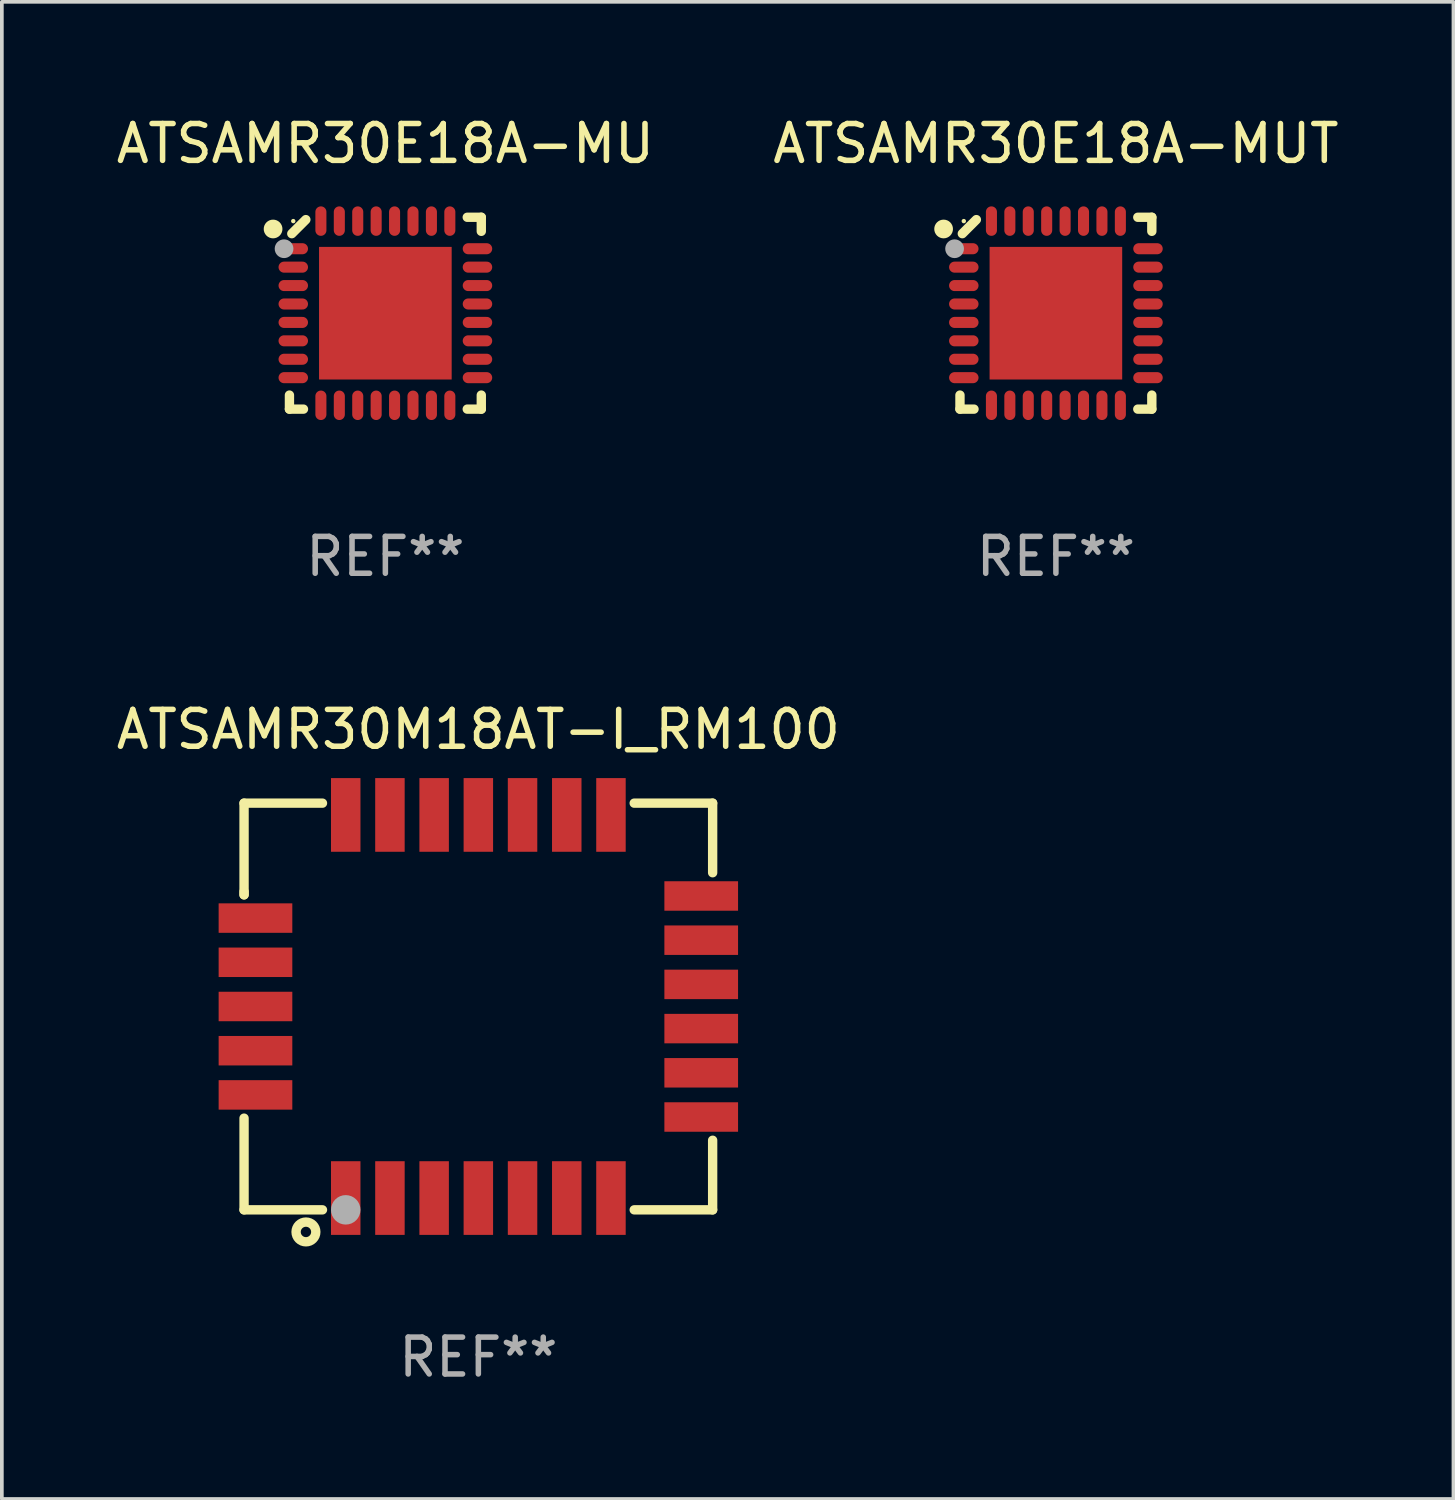
<source format=kicad_pcb>
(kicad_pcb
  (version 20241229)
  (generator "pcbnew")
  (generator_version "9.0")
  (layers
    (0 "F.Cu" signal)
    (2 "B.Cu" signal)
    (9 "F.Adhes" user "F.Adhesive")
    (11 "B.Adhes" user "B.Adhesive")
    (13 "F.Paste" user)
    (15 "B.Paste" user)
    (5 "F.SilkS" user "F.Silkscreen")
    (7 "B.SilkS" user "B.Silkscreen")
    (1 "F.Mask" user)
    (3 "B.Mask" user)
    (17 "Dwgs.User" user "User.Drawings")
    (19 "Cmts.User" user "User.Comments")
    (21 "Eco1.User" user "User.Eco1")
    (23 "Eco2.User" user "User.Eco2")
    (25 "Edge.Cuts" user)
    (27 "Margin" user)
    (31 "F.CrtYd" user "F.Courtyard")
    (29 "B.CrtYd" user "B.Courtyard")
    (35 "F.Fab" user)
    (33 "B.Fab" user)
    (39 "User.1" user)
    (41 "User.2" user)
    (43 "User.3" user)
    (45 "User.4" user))
  (footprint "ATSAMR30E18A-MU"
    (layer "F.Cu")
    (at 7.411 5.452)
    (property "Reference" "ATSAMR30E18A-MU" (at 0 -4.604 0) (layer "F.SilkS") (effects (font (size 1 1) (thickness 0.15))))
    (attr through_hole)
    (fp_line (start -2.604 2.223) (end -2.604 2.604) (stroke (width 0.254) (type solid)) (layer "F.SilkS"))
    (fp_line (start -2.604 2.604) (end -2.223 2.604) (stroke (width 0.254) (type solid)) (layer "F.SilkS"))
    (fp_line (start -2.159 -2.54) (end -2.54 -2.159) (stroke (width 0.254) (type solid)) (layer "F.SilkS"))
    (fp_line (start 2.223 2.604) (end 2.604 2.604) (stroke (width 0.254) (type solid)) (layer "F.SilkS"))
    (fp_line (start 2.604 -2.604) (end 2.223 -2.604) (stroke (width 0.254) (type solid)) (layer "F.SilkS"))
    (fp_line (start 2.604 -2.223) (end 2.604 -2.604) (stroke (width 0.254) (type solid)) (layer "F.SilkS"))
    (fp_line (start 2.604 2.604) (end 2.604 2.223) (stroke (width 0.254) (type solid)) (layer "F.SilkS"))
    (fp_circle (center -3.048 -2.286) (end -2.921 -2.286) (stroke (width 0.254) (type solid)) (fill no) (layer "F.SilkS"))
    (fp_circle (center -2.5 -2.5) (end -2.47 -2.5) (stroke (width 0.06) (type solid)) (fill no) (layer "F.SilkS"))
    (fp_circle (center -2.75 -1.75) (end -2.623 -1.75) (stroke (width 0.254) (type solid)) (fill no) (layer "F.Fab"))
    (fp_text user "REF**" (at 0 6.604 0) (layer "F.Fab") (effects (font (size 1 1) (thickness 0.15))))
    (pad "1" smd oval (at -2.5 -1.75) (size 0.8 0.3) (layers "F.Cu" "F.Mask" "F.Paste"))
    (pad "2" smd oval (at -2.5 -1.25) (size 0.8 0.3) (layers "F.Cu" "F.Mask" "F.Paste"))
    (pad "3" smd oval (at -2.5 -0.75) (size 0.8 0.3) (layers "F.Cu" "F.Mask" "F.Paste"))
    (pad "4" smd oval (at -2.5 -0.25) (size 0.8 0.3) (layers "F.Cu" "F.Mask" "F.Paste"))
    (pad "5" smd oval (at -2.5 0.25) (size 0.8 0.3) (layers "F.Cu" "F.Mask" "F.Paste"))
    (pad "6" smd oval (at -2.5 0.75) (size 0.8 0.3) (layers "F.Cu" "F.Mask" "F.Paste"))
    (pad "7" smd oval (at -2.5 1.25) (size 0.8 0.3) (layers "F.Cu" "F.Mask" "F.Paste"))
    (pad "8" smd oval (at -2.5 1.75) (size 0.8 0.3) (layers "F.Cu" "F.Mask" "F.Paste"))
    (pad "9" smd oval (at -1.75 2.5) (size 0.3 0.8) (layers "F.Cu" "F.Mask" "F.Paste"))
    (pad "10" smd oval (at -1.25 2.5) (size 0.3 0.8) (layers "F.Cu" "F.Mask" "F.Paste"))
    (pad "11" smd oval (at -0.75 2.5) (size 0.3 0.8) (layers "F.Cu" "F.Mask" "F.Paste"))
    (pad "12" smd oval (at -0.25 2.5) (size 0.3 0.8) (layers "F.Cu" "F.Mask" "F.Paste"))
    (pad "13" smd oval (at 0.25 2.5) (size 0.3 0.8) (layers "F.Cu" "F.Mask" "F.Paste"))
    (pad "14" smd oval (at 0.75 2.5) (size 0.3 0.8) (layers "F.Cu" "F.Mask" "F.Paste"))
    (pad "15" smd oval (at 1.25 2.5) (size 0.3 0.8) (layers "F.Cu" "F.Mask" "F.Paste"))
    (pad "16" smd oval (at 1.75 2.5) (size 0.3 0.8) (layers "F.Cu" "F.Mask" "F.Paste"))
    (pad "17" smd oval (at 2.5 1.75) (size 0.8 0.3) (layers "F.Cu" "F.Mask" "F.Paste"))
    (pad "18" smd oval (at 2.5 1.25) (size 0.8 0.3) (layers "F.Cu" "F.Mask" "F.Paste"))
    (pad "19" smd oval (at 2.5 0.75) (size 0.8 0.3) (layers "F.Cu" "F.Mask" "F.Paste"))
    (pad "20" smd oval (at 2.5 0.25) (size 0.8 0.3) (layers "F.Cu" "F.Mask" "F.Paste"))
    (pad "21" smd oval (at 2.5 -0.25) (size 0.8 0.3) (layers "F.Cu" "F.Mask" "F.Paste"))
    (pad "22" smd oval (at 2.5 -0.75) (size 0.8 0.3) (layers "F.Cu" "F.Mask" "F.Paste"))
    (pad "23" smd oval (at 2.5 -1.25) (size 0.8 0.3) (layers "F.Cu" "F.Mask" "F.Paste"))
    (pad "24" smd oval (at 2.5 -1.75) (size 0.8 0.3) (layers "F.Cu" "F.Mask" "F.Paste"))
    (pad "25" smd oval (at 1.75 -2.5) (size 0.3 0.8) (layers "F.Cu" "F.Mask" "F.Paste"))
    (pad "26" smd oval (at 1.25 -2.5) (size 0.3 0.8) (layers "F.Cu" "F.Mask" "F.Paste"))
    (pad "27" smd oval (at 0.75 -2.5) (size 0.3 0.8) (layers "F.Cu" "F.Mask" "F.Paste"))
    (pad "28" smd oval (at 0.25 -2.5) (size 0.3 0.8) (layers "F.Cu" "F.Mask" "F.Paste"))
    (pad "29" smd oval (at -0.25 -2.5) (size 0.3 0.8) (layers "F.Cu" "F.Mask" "F.Paste"))
    (pad "30" smd oval (at -0.75 -2.5) (size 0.3 0.8) (layers "F.Cu" "F.Mask" "F.Paste"))
    (pad "31" smd oval (at -1.25 -2.5) (size 0.3 0.8) (layers "F.Cu" "F.Mask" "F.Paste"))
    (pad "32" smd oval (at -1.75 -2.5) (size 0.3 0.8) (layers "F.Cu" "F.Mask" "F.Paste"))
    (pad "33" smd rect (at -0.000076 0) (size 3.6 3.6) (layers "F.Cu" "F.Mask" "F.Paste")))
  (footprint "ATSAMR30E18A-MUT"
    (layer "F.Cu")
    (at 25.613 5.452)
    (property "Reference" "ATSAMR30E18A-MUT" (at 0 -4.604 0) (layer "F.SilkS") (effects (font (size 1 1) (thickness 0.15))))
    (attr through_hole)
    (fp_line (start -2.604 2.223) (end -2.604 2.604) (stroke (width 0.254) (type solid)) (layer "F.SilkS"))
    (fp_line (start -2.604 2.604) (end -2.223 2.604) (stroke (width 0.254) (type solid)) (layer "F.SilkS"))
    (fp_line (start -2.159 -2.54) (end -2.54 -2.159) (stroke (width 0.254) (type solid)) (layer "F.SilkS"))
    (fp_line (start 2.223 2.604) (end 2.604 2.604) (stroke (width 0.254) (type solid)) (layer "F.SilkS"))
    (fp_line (start 2.604 -2.604) (end 2.223 -2.604) (stroke (width 0.254) (type solid)) (layer "F.SilkS"))
    (fp_line (start 2.604 -2.223) (end 2.604 -2.604) (stroke (width 0.254) (type solid)) (layer "F.SilkS"))
    (fp_line (start 2.604 2.604) (end 2.604 2.223) (stroke (width 0.254) (type solid)) (layer "F.SilkS"))
    (fp_circle (center -3.048 -2.286) (end -2.921 -2.286) (stroke (width 0.254) (type solid)) (fill no) (layer "F.SilkS"))
    (fp_circle (center -2.5 -2.5) (end -2.47 -2.5) (stroke (width 0.06) (type solid)) (fill no) (layer "F.SilkS"))
    (fp_circle (center -2.75 -1.75) (end -2.623 -1.75) (stroke (width 0.254) (type solid)) (fill no) (layer "F.Fab"))
    (fp_text user "REF**" (at 0 6.604 0) (layer "F.Fab") (effects (font (size 1 1) (thickness 0.15))))
    (pad "1" smd oval (at -2.5 -1.75) (size 0.8 0.3) (layers "F.Cu" "F.Mask" "F.Paste"))
    (pad "2" smd oval (at -2.5 -1.25) (size 0.8 0.3) (layers "F.Cu" "F.Mask" "F.Paste"))
    (pad "3" smd oval (at -2.5 -0.75) (size 0.8 0.3) (layers "F.Cu" "F.Mask" "F.Paste"))
    (pad "4" smd oval (at -2.5 -0.25) (size 0.8 0.3) (layers "F.Cu" "F.Mask" "F.Paste"))
    (pad "5" smd oval (at -2.5 0.25) (size 0.8 0.3) (layers "F.Cu" "F.Mask" "F.Paste"))
    (pad "6" smd oval (at -2.5 0.75) (size 0.8 0.3) (layers "F.Cu" "F.Mask" "F.Paste"))
    (pad "7" smd oval (at -2.5 1.25) (size 0.8 0.3) (layers "F.Cu" "F.Mask" "F.Paste"))
    (pad "8" smd oval (at -2.5 1.75) (size 0.8 0.3) (layers "F.Cu" "F.Mask" "F.Paste"))
    (pad "9" smd oval (at -1.75 2.5) (size 0.3 0.8) (layers "F.Cu" "F.Mask" "F.Paste"))
    (pad "10" smd oval (at -1.25 2.5) (size 0.3 0.8) (layers "F.Cu" "F.Mask" "F.Paste"))
    (pad "11" smd oval (at -0.75 2.5) (size 0.3 0.8) (layers "F.Cu" "F.Mask" "F.Paste"))
    (pad "12" smd oval (at -0.25 2.5) (size 0.3 0.8) (layers "F.Cu" "F.Mask" "F.Paste"))
    (pad "13" smd oval (at 0.25 2.5) (size 0.3 0.8) (layers "F.Cu" "F.Mask" "F.Paste"))
    (pad "14" smd oval (at 0.75 2.5) (size 0.3 0.8) (layers "F.Cu" "F.Mask" "F.Paste"))
    (pad "15" smd oval (at 1.25 2.5) (size 0.3 0.8) (layers "F.Cu" "F.Mask" "F.Paste"))
    (pad "16" smd oval (at 1.75 2.5) (size 0.3 0.8) (layers "F.Cu" "F.Mask" "F.Paste"))
    (pad "17" smd oval (at 2.5 1.75) (size 0.8 0.3) (layers "F.Cu" "F.Mask" "F.Paste"))
    (pad "18" smd oval (at 2.5 1.25) (size 0.8 0.3) (layers "F.Cu" "F.Mask" "F.Paste"))
    (pad "19" smd oval (at 2.5 0.75) (size 0.8 0.3) (layers "F.Cu" "F.Mask" "F.Paste"))
    (pad "20" smd oval (at 2.5 0.25) (size 0.8 0.3) (layers "F.Cu" "F.Mask" "F.Paste"))
    (pad "21" smd oval (at 2.5 -0.25) (size 0.8 0.3) (layers "F.Cu" "F.Mask" "F.Paste"))
    (pad "22" smd oval (at 2.5 -0.75) (size 0.8 0.3) (layers "F.Cu" "F.Mask" "F.Paste"))
    (pad "23" smd oval (at 2.5 -1.25) (size 0.8 0.3) (layers "F.Cu" "F.Mask" "F.Paste"))
    (pad "24" smd oval (at 2.5 -1.75) (size 0.8 0.3) (layers "F.Cu" "F.Mask" "F.Paste"))
    (pad "25" smd oval (at 1.75 -2.5) (size 0.3 0.8) (layers "F.Cu" "F.Mask" "F.Paste"))
    (pad "26" smd oval (at 1.25 -2.5) (size 0.3 0.8) (layers "F.Cu" "F.Mask" "F.Paste"))
    (pad "27" smd oval (at 0.75 -2.5) (size 0.3 0.8) (layers "F.Cu" "F.Mask" "F.Paste"))
    (pad "28" smd oval (at 0.25 -2.5) (size 0.3 0.8) (layers "F.Cu" "F.Mask" "F.Paste"))
    (pad "29" smd oval (at -0.25 -2.5) (size 0.3 0.8) (layers "F.Cu" "F.Mask" "F.Paste"))
    (pad "30" smd oval (at -0.75 -2.5) (size 0.3 0.8) (layers "F.Cu" "F.Mask" "F.Paste"))
    (pad "31" smd oval (at -1.25 -2.5) (size 0.3 0.8) (layers "F.Cu" "F.Mask" "F.Paste"))
    (pad "32" smd oval (at -1.75 -2.5) (size 0.3 0.8) (layers "F.Cu" "F.Mask" "F.Paste"))
    (pad "33" smd rect (at -0.000076 0) (size 3.6 3.6) (layers "F.Cu" "F.Mask" "F.Paste")))
  (footprint "ATSAMR30M18AT-I_RM100"
    (layer "F.Cu")
    (at 9.935 24.272)
    (property "Reference" "ATSAMR30M18AT-I_RM100" (at 0 -7.52 0) (layer "F.SilkS") (effects (font (size 1 1) (thickness 0.15))))
    (attr through_hole)
    (fp_line (start -6.36 -5.52) (end -4.231 -5.52) (stroke (width 0.254) (type solid)) (layer "F.SilkS"))
    (fp_line (start -6.36 -3.031) (end -6.36 -5.52) (stroke (width 0.254) (type solid)) (layer "F.SilkS"))
    (fp_line (start -6.36 -3.031) (end -6.36 -3.12) (stroke (width 0.254) (type solid)) (layer "F.SilkS"))
    (fp_line (start -6.36 5.52) (end -6.36 3.031) (stroke (width 0.254) (type solid)) (layer "F.SilkS"))
    (fp_line (start -4.231 5.52) (end -6.36 5.52) (stroke (width 0.254) (type solid)) (layer "F.SilkS"))
    (fp_line (start 4.231 -5.52) (end 6.36 -5.52) (stroke (width 0.254) (type solid)) (layer "F.SilkS"))
    (fp_line (start 6.36 -5.52) (end 6.36 -3.631) (stroke (width 0.254) (type solid)) (layer "F.SilkS"))
    (fp_line (start 6.36 3.631) (end 6.36 5.52) (stroke (width 0.254) (type solid)) (layer "F.SilkS"))
    (fp_line (start 6.36 5.52) (end 4.231 5.52) (stroke (width 0.254) (type solid)) (layer "F.SilkS"))
    (fp_circle (center -6.35 5.5) (end -6.32 5.5) (stroke (width 0.06) (type solid)) (fill no) (layer "F.SilkS"))
    (fp_circle (center -4.68 6.12) (end -4.412 6.12) (stroke (width 0.254) (type solid)) (fill no) (layer "F.SilkS"))
    (fp_circle (center -3.6 5.52) (end -3.4 5.52) (stroke (width 0.4) (type solid)) (fill no) (layer "F.Fab"))
    (fp_text user "REF**" (at 0 9.52 0) (layer "F.Fab") (effects (font (size 1 1) (thickness 0.15))))
    (pad "1" smd rect (at -3.6 5.2) (size 0.8 2) (layers "F.Cu" "F.Mask" "F.Paste"))
    (pad "2" smd rect (at -2.4 5.2) (size 0.8 2) (layers "F.Cu" "F.Mask" "F.Paste"))
    (pad "3" smd rect (at -1.2 5.2) (size 0.8 2) (layers "F.Cu" "F.Mask" "F.Paste"))
    (pad "4" smd rect (at -0.000025 5.2) (size 0.8 2) (layers "F.Cu" "F.Mask" "F.Paste"))
    (pad "5" smd rect (at 1.2 5.2) (size 0.8 2) (layers "F.Cu" "F.Mask" "F.Paste"))
    (pad "6" smd rect (at 2.4 5.2) (size 0.8 2) (layers "F.Cu" "F.Mask" "F.Paste"))
    (pad "7" smd rect (at 3.6 5.2) (size 0.8 2) (layers "F.Cu" "F.Mask" "F.Paste"))
    (pad "8" smd rect (at 6.05 3) (size 2 0.8) (layers "F.Cu" "F.Mask" "F.Paste"))
    (pad "9" smd rect (at 6.05 1.8) (size 2 0.8) (layers "F.Cu" "F.Mask" "F.Paste"))
    (pad "10" smd rect (at 6.05 0.6) (size 2 0.8) (layers "F.Cu" "F.Mask" "F.Paste"))
    (pad "11" smd rect (at 6.05 -0.6) (size 2 0.8) (layers "F.Cu" "F.Mask" "F.Paste"))
    (pad "12" smd rect (at 6.05 -1.8) (size 2 0.8) (layers "F.Cu" "F.Mask" "F.Paste"))
    (pad "13" smd rect (at 6.05 -3) (size 2 0.8) (layers "F.Cu" "F.Mask" "F.Paste"))
    (pad "14" smd rect (at 3.6 -5.2) (size 0.8 2) (layers "F.Cu" "F.Mask" "F.Paste"))
    (pad "15" smd rect (at 2.4 -5.2) (size 0.8 2) (layers "F.Cu" "F.Mask" "F.Paste"))
    (pad "16" smd rect (at 1.2 -5.2) (size 0.8 2) (layers "F.Cu" "F.Mask" "F.Paste"))
    (pad "17" smd rect (at -0.000025 -5.2) (size 0.8 2) (layers "F.Cu" "F.Mask" "F.Paste"))
    (pad "18" smd rect (at -1.2 -5.2) (size 0.8 2) (layers "F.Cu" "F.Mask" "F.Paste"))
    (pad "19" smd rect (at -2.4 -5.2) (size 0.8 2) (layers "F.Cu" "F.Mask" "F.Paste"))
    (pad "20" smd rect (at -3.6 -5.2) (size 0.8 2) (layers "F.Cu" "F.Mask" "F.Paste"))
    (pad "21" smd rect (at -6.05 -2.4) (size 2 0.8) (layers "F.Cu" "F.Mask" "F.Paste"))
    (pad "22" smd rect (at -6.05 -1.2) (size 2 0.8) (layers "F.Cu" "F.Mask" "F.Paste"))
    (pad "23" smd rect (at -6.05 -0.000025) (size 2 0.8) (layers "F.Cu" "F.Mask" "F.Paste"))
    (pad "24" smd rect (at -6.05 1.2) (size 2 0.8) (layers "F.Cu" "F.Mask" "F.Paste"))
    (pad "25" smd rect (at -6.05 2.4) (size 2 0.8) (layers "F.Cu" "F.Mask" "F.Paste")))
  (gr_rect
    (start -3 -3)
    (end 36.405 37.64)
    (stroke (width 0.1) (type default))
    (fill no)
    (layer "Edge.Cuts")))
</source>
